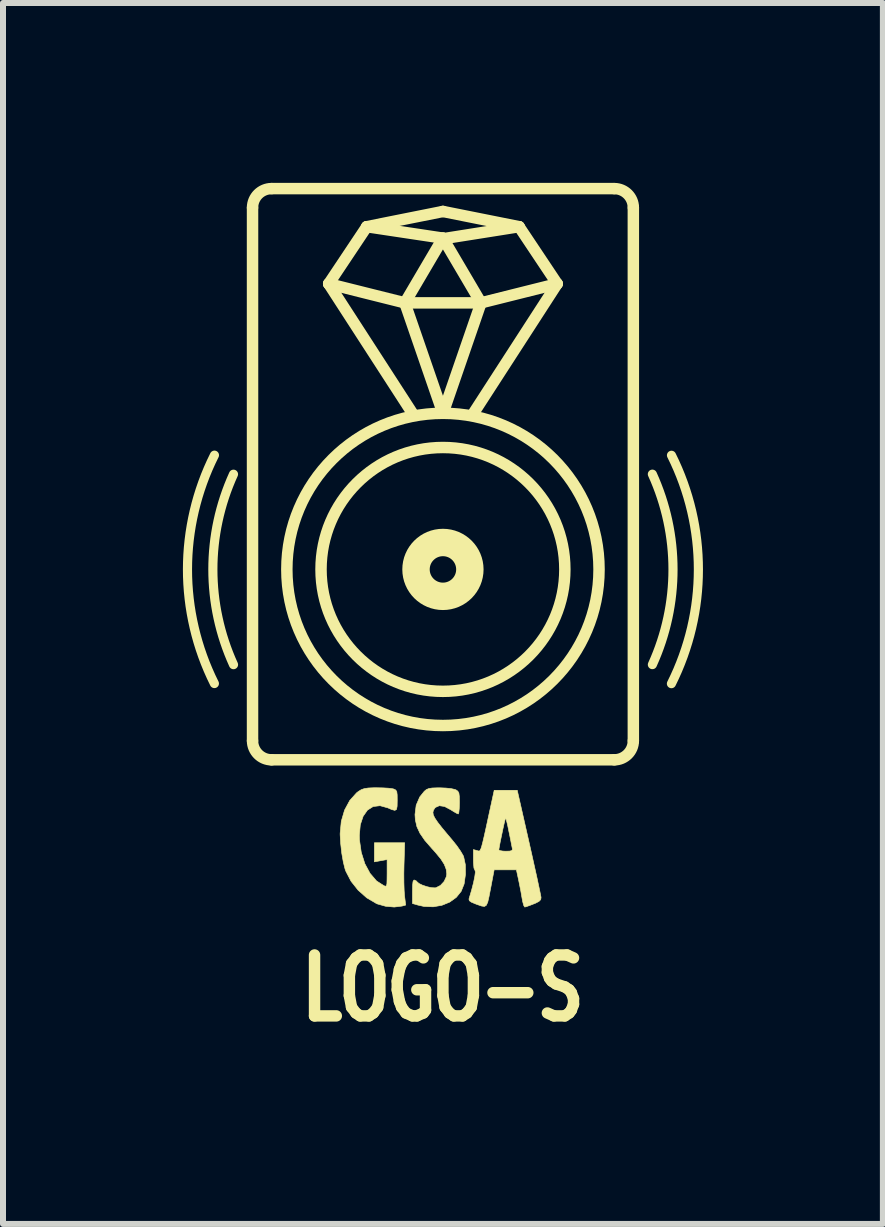
<source format=kicad_pcb>
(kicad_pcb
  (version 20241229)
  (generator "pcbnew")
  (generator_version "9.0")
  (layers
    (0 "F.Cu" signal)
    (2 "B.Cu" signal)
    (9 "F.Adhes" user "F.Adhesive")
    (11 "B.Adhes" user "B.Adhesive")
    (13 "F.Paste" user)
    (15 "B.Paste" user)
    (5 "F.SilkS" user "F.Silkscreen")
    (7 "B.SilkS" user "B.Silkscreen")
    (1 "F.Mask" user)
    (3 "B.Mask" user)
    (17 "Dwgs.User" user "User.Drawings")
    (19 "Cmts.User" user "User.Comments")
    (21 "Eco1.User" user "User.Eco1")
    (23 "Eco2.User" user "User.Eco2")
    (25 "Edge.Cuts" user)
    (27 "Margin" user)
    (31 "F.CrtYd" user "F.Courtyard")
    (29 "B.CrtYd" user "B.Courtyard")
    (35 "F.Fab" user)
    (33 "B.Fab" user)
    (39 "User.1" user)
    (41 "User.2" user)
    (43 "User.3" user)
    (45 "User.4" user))
  (footprint "LOGO-S"
    (layer "F.Cu")
    (at 4.336 6.445)
    (property "Reference" "LOGO-S" (at 0 6.985 0) (layer "F.SilkS") (effects (font (size 1.016 0.762) (thickness 0.191))))
    (attr through_hole)
    (fp_line (start -3.175 2.857) (end -3.175 -6.032) (stroke (width 0.191) (type solid)) (layer "F.SilkS"))
    (fp_line (start -2.857 -6.35) (end 2.857 -6.35) (stroke (width 0.191) (type solid)) (layer "F.SilkS"))
    (fp_line (start -1.905 -4.763) (end -0.635 -4.445) (stroke (width 0.191) (type solid)) (layer "F.SilkS"))
    (fp_line (start -1.905 -4.763) (end -0.508 -2.603) (stroke (width 0.191) (type solid)) (layer "F.SilkS"))
    (fp_line (start -1.27 -5.715) (end -1.905 -4.763) (stroke (width 0.191) (type solid)) (layer "F.SilkS"))
    (fp_line (start -1.27 -5.715) (end 0 -5.969) (stroke (width 0.191) (type solid)) (layer "F.SilkS"))
    (fp_line (start -1.27 -5.715) (end 0 -5.524) (stroke (width 0.191) (type solid)) (layer "F.SilkS"))
    (fp_line (start -0.635 -4.445) (end 0 -5.524) (stroke (width 0.191) (type solid)) (layer "F.SilkS"))
    (fp_line (start -0.635 -4.445) (end 0.635 -4.445) (stroke (width 0.191) (type solid)) (layer "F.SilkS"))
    (fp_line (start 0 -5.969) (end 1.27 -5.715) (stroke (width 0.191) (type solid)) (layer "F.SilkS"))
    (fp_line (start 0 -5.524) (end 0.635 -4.445) (stroke (width 0.191) (type solid)) (layer "F.SilkS"))
    (fp_line (start 0 -2.603) (end -0.635 -4.445) (stroke (width 0.191) (type solid)) (layer "F.SilkS"))
    (fp_line (start 0.635 -4.445) (end 0 -2.603) (stroke (width 0.191) (type solid)) (layer "F.SilkS"))
    (fp_line (start 0.635 -4.445) (end 1.905 -4.763) (stroke (width 0.191) (type solid)) (layer "F.SilkS"))
    (fp_line (start 1.27 -5.715) (end 0.064 -5.524) (stroke (width 0.191) (type solid)) (layer "F.SilkS"))
    (fp_line (start 1.27 -5.715) (end 1.905 -4.763) (stroke (width 0.191) (type solid)) (layer "F.SilkS"))
    (fp_line (start 1.905 -4.763) (end 0.508 -2.603) (stroke (width 0.191) (type solid)) (layer "F.SilkS"))
    (fp_line (start 2.857 3.175) (end -2.857 3.175) (stroke (width 0.191) (type solid)) (layer "F.SilkS"))
    (fp_line (start 3.175 -6.032) (end 3.175 2.857) (stroke (width 0.191) (type solid)) (layer "F.SilkS"))
    (fp_arc (start -3.811 1.902998) (mid -4.259709 -0.001119) (end -3.81 -1.905) (stroke (width 0.1524) (type solid)) (layer "F.SilkS"))
    (fp_arc (start -3.492165 1.588237) (mid -3.836367 0.000405) (end -3.4925 -1.5875) (stroke (width 0.1524) (type solid)) (layer "F.SilkS"))
    (fp_arc (start -3.175 -6.0325) (mid -3.082006 -6.257006) (end -2.8575 -6.35) (stroke (width 0.1905) (type solid)) (layer "F.SilkS"))
    (fp_arc (start -2.8575 3.175) (mid -3.082006 3.082006) (end -3.175 2.8575) (stroke (width 0.1905) (type solid)) (layer "F.SilkS"))
    (fp_arc (start 2.8575 -6.35) (mid 3.082006 -6.257006) (end 3.175 -6.0325) (stroke (width 0.1905) (type solid)) (layer "F.SilkS"))
    (fp_arc (start 3.175 2.8575) (mid 3.082006 3.082006) (end 2.8575 3.175) (stroke (width 0.1905) (type solid)) (layer "F.SilkS"))
    (fp_arc (start 3.492165 -1.588237) (mid 3.836367 -0.000405) (end 3.4925 1.5875) (stroke (width 0.1524) (type solid)) (layer "F.SilkS"))
    (fp_arc (start 3.811 -1.902998) (mid 4.259709 0.001119) (end 3.81 1.905) (stroke (width 0.1524) (type solid)) (layer "F.SilkS"))
    (fp_circle (center 0 0) (end 0.449 0) (stroke (width 0.457) (type solid)) (fill no) (layer "F.SilkS"))
    (fp_circle (center 0 0) (end 2.033 0) (stroke (width 0.191) (type solid)) (fill no) (layer "F.SilkS"))
    (fp_circle (center 0 0) (end 2.603 0) (stroke (width 0.191) (type solid)) (fill no) (layer "F.SilkS"))
    (fp_poly (pts (xy -1.001 3.643) (xy -0.912 3.648) (xy -0.846 3.656) (xy -0.82 3.662) (xy -0.788 3.678) (xy -0.77 3.705) (xy -0.763 3.759) (xy -0.762 3.853) (xy -0.764 3.949) (xy -0.774 4.002) (xy -0.802 4.018) (xy -0.855 4.004) (xy -0.919 3.976) (xy -1.049 3.94) (xy -1.164 3.954) (xy -1.259 4.014) (xy -1.331 4.117) (xy -1.378 4.258) (xy -1.394 4.434) (xy -1.392 4.51) (xy -1.362 4.718) (xy -1.302 4.908) (xy -1.215 5.069) (xy -1.107 5.195) (xy -0.983 5.275) (xy -0.979 5.276) (xy -0.955 5.283) (xy -0.941 5.274) (xy -0.934 5.238) (xy -0.932 5.164) (xy -0.931 5.067) (xy -0.931 4.838) (xy -1.037 4.857) (xy -1.143 4.876) (xy -1.143 4.558) (xy -0.638 4.558) (xy -0.649 4.918) (xy -0.652 5.072) (xy -0.651 5.223) (xy -0.647 5.352) (xy -0.641 5.437) (xy -0.621 5.597) (xy -0.683 5.614) (xy -0.813 5.63) (xy -0.956 5.617) (xy -1.091 5.579) (xy -1.11 5.571) (xy -1.271 5.476) (xy -1.414 5.349) (xy -1.532 5.2) (xy -1.617 5.037) (xy -1.632 4.997) (xy -1.661 4.881) (xy -1.687 4.733) (xy -1.705 4.573) (xy -1.714 4.425) (xy -1.714 4.401) (xy -1.695 4.2) (xy -1.64 4.013) (xy -1.553 3.852) (xy -1.44 3.726) (xy -1.409 3.702) (xy -1.362 3.673) (xy -1.311 3.655) (xy -1.245 3.645) (xy -1.153 3.641) (xy -1.101 3.641) (xy -1.001 3.643)) (stroke (width 0.01) (type solid)) (fill yes) (layer "F.SilkS"))
    (fp_poly (pts (xy -0.046 3.642) (xy 0.05 3.646) (xy 0.136 3.655) (xy 0.198 3.669) (xy 0.217 3.676) (xy 0.248 3.698) (xy 0.266 3.729) (xy 0.273 3.783) (xy 0.275 3.876) (xy 0.275 3.894) (xy 0.272 3.988) (xy 0.265 4.054) (xy 0.256 4.078) (xy 0.227 4.066) (xy 0.175 4.036) (xy 0.131 4.008) (xy 0.027 3.953) (xy -0.06 3.94) (xy -0.124 3.968) (xy -0.136 3.981) (xy -0.158 4.016) (xy -0.167 4.051) (xy -0.161 4.093) (xy -0.136 4.145) (xy -0.089 4.215) (xy -0.018 4.306) (xy 0.081 4.425) (xy 0.162 4.521) (xy 0.233 4.61) (xy 0.294 4.698) (xy 0.337 4.771) (xy 0.346 4.793) (xy 0.374 4.925) (xy 0.376 5.083) (xy 0.353 5.247) (xy 0.352 5.248) (xy 0.304 5.368) (xy 0.222 5.469) (xy 0.112 5.548) (xy -0.018 5.601) (xy -0.163 5.626) (xy -0.316 5.62) (xy -0.418 5.597) (xy -0.508 5.571) (xy -0.508 5.375) (xy -0.506 5.267) (xy -0.499 5.205) (xy -0.485 5.181) (xy -0.477 5.179) (xy -0.442 5.196) (xy -0.434 5.207) (xy -0.402 5.236) (xy -0.342 5.265) (xy -0.268 5.29) (xy -0.193 5.307) (xy -0.131 5.31) (xy -0.117 5.308) (xy -0.042 5.27) (xy 0.02 5.203) (xy 0.057 5.123) (xy 0.064 5.079) (xy 0.054 5) (xy 0.023 4.919) (xy -0.035 4.828) (xy -0.123 4.721) (xy -0.186 4.651) (xy -0.302 4.518) (xy -0.383 4.4) (xy -0.434 4.29) (xy -0.46 4.177) (xy -0.466 4.087) (xy -0.446 3.931) (xy -0.387 3.795) (xy -0.311 3.7) (xy -0.276 3.671) (xy -0.235 3.654) (xy -0.178 3.645) (xy -0.093 3.642) (xy -0.046 3.642)) (stroke (width 0.01) (type solid)) (fill yes) (layer "F.SilkS"))
    (fp_poly (pts (xy 1.436 4.551) (xy 1.484 4.764) (xy 1.528 4.962) (xy 1.567 5.137) (xy 1.598 5.283) (xy 1.621 5.392) (xy 1.634 5.458) (xy 1.636 5.473) (xy 1.63 5.507) (xy 1.601 5.536) (xy 1.541 5.567) (xy 1.513 5.578) (xy 1.443 5.605) (xy 1.389 5.624) (xy 1.364 5.63) (xy 1.348 5.605) (xy 1.33 5.541) (xy 1.319 5.482) (xy 1.299 5.366) (xy 1.273 5.235) (xy 1.26 5.172) (xy 1.225 5.009) (xy 0.854 5.009) (xy 0.795 5.32) (xy 0.768 5.458) (xy 0.747 5.549) (xy 0.723 5.601) (xy 0.692 5.62) (xy 0.644 5.613) (xy 0.574 5.589) (xy 0.544 5.578) (xy 0.475 5.549) (xy 0.44 5.524) (xy 0.434 5.496) (xy 0.436 5.49) (xy 0.478 5.348) (xy 0.511 5.22) (xy 0.532 5.116) (xy 0.541 5.045) (xy 0.534 5.017) (xy 0.517 4.98) (xy 0.509 4.892) (xy 0.508 4.838) (xy 0.508 4.672) (xy 0.569 4.688) (xy 0.588 4.694) (xy 0.603 4.696) (xy 0.617 4.689) (xy 0.623 4.678) (xy 0.932 4.678) (xy 0.951 4.689) (xy 1 4.697) (xy 1.049 4.699) (xy 1.116 4.697) (xy 1.15 4.687) (xy 1.159 4.667) (xy 1.156 4.65) (xy 1.146 4.6) (xy 1.129 4.513) (xy 1.107 4.403) (xy 1.099 4.366) (xy 1.078 4.262) (xy 1.059 4.185) (xy 1.047 4.146) (xy 1.045 4.144) (xy 1.036 4.174) (xy 1.019 4.243) (xy 0.998 4.338) (xy 0.976 4.444) (xy 0.955 4.544) (xy 0.94 4.626) (xy 0.932 4.673) (xy 0.932 4.678) (xy 0.623 4.678) (xy 0.63 4.666) (xy 0.645 4.622) (xy 0.664 4.55) (xy 0.689 4.444) (xy 0.721 4.3) (xy 0.762 4.11) (xy 0.786 4) (xy 0.855 3.683) (xy 1.239 3.683) (xy 1.436 4.551)) (stroke (width 0.01) (type solid)) (fill yes) (layer "F.SilkS")))
  (gr_rect
    (start -3 -3)
    (end 11.672 17.359)
    (stroke (width 0.1) (type default))
    (fill no)
    (layer "Edge.Cuts")))
</source>
